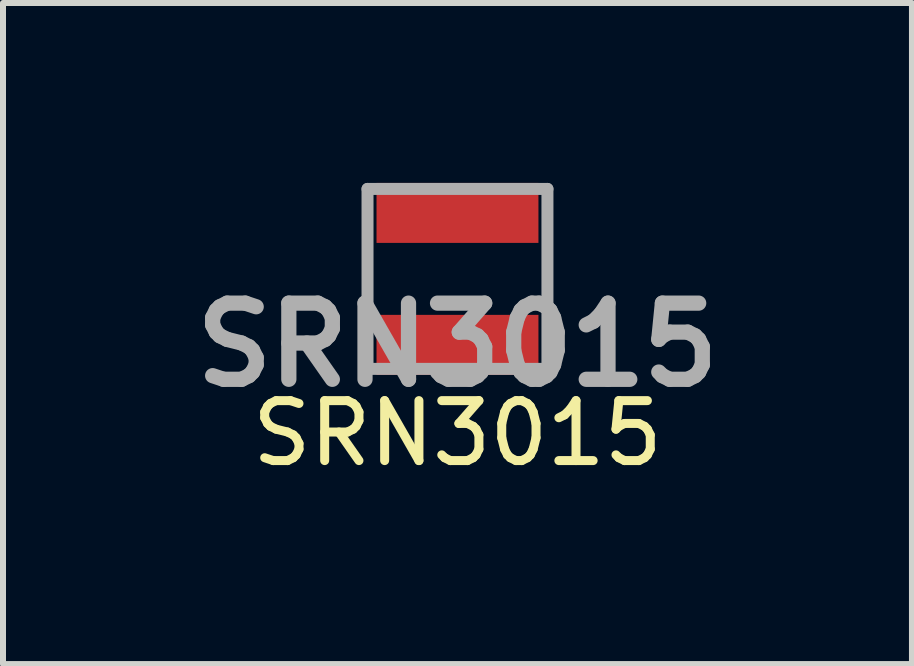
<source format=kicad_pcb>
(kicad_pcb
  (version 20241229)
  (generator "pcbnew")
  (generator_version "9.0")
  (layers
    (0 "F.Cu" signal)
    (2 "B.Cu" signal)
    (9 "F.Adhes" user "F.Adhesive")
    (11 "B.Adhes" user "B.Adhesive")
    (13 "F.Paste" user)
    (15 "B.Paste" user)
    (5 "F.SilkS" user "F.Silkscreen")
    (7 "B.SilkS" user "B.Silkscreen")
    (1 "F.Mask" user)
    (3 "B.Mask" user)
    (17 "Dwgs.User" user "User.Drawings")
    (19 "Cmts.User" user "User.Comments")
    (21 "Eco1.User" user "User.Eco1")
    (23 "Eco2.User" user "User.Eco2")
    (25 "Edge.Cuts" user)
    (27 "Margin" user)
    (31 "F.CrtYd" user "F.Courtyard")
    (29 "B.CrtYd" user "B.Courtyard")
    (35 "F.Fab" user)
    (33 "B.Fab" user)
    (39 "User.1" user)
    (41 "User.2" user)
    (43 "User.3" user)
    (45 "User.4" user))
  (footprint "SRN3015"
    (layer "F.Cu")
    (at 4.578 1.6)
    (property "Reference" "SRN3015" (at 0 2.575 0) (layer "F.SilkS") (effects (font (size 1 1) (thickness 0.15))))
    (attr smd)
    (fp_line (start -1.5 -1.5) (end -1.5 1.5) (stroke (width 0.1) (type solid)) (layer "F.SilkS"))
    (fp_line (start 1.5 -1.5) (end 1.5 1.5) (stroke (width 0.1) (type solid)) (layer "F.SilkS"))
    (fp_line (start -1.5 -1.5) (end -1.5 1.5) (stroke (width 0.2) (type solid)) (layer "F.Fab"))
    (fp_line (start -1.5 1.5) (end 1.5 1.5) (stroke (width 0.2) (type solid)) (layer "F.Fab"))
    (fp_line (start 1.5 -1.5) (end -1.5 -1.5) (stroke (width 0.2) (type solid)) (layer "F.Fab"))
    (fp_line (start 1.5 1.5) (end 1.5 -1.5) (stroke (width 0.2) (type solid)) (layer "F.Fab"))
    (fp_text user "${REFERENCE}" (at 0 1.1 0) (layer "F.Fab") (effects (font (size 1.27 1.27) (thickness 0.254))))
    (pad "1" smd rect (at 0 1.1 90) (size 1 2.7) (layers "F.Cu" "F.Mask" "F.Paste"))
    (pad "2" smd rect (at 0 -1.1 90) (size 1 2.7) (layers "F.Cu" "F.Mask" "F.Paste")))
  (gr_rect
    (start -3 -3)
    (end 12.156 8.023)
    (stroke (width 0.1) (type default))
    (fill no)
    (layer "Edge.Cuts")))
</source>
